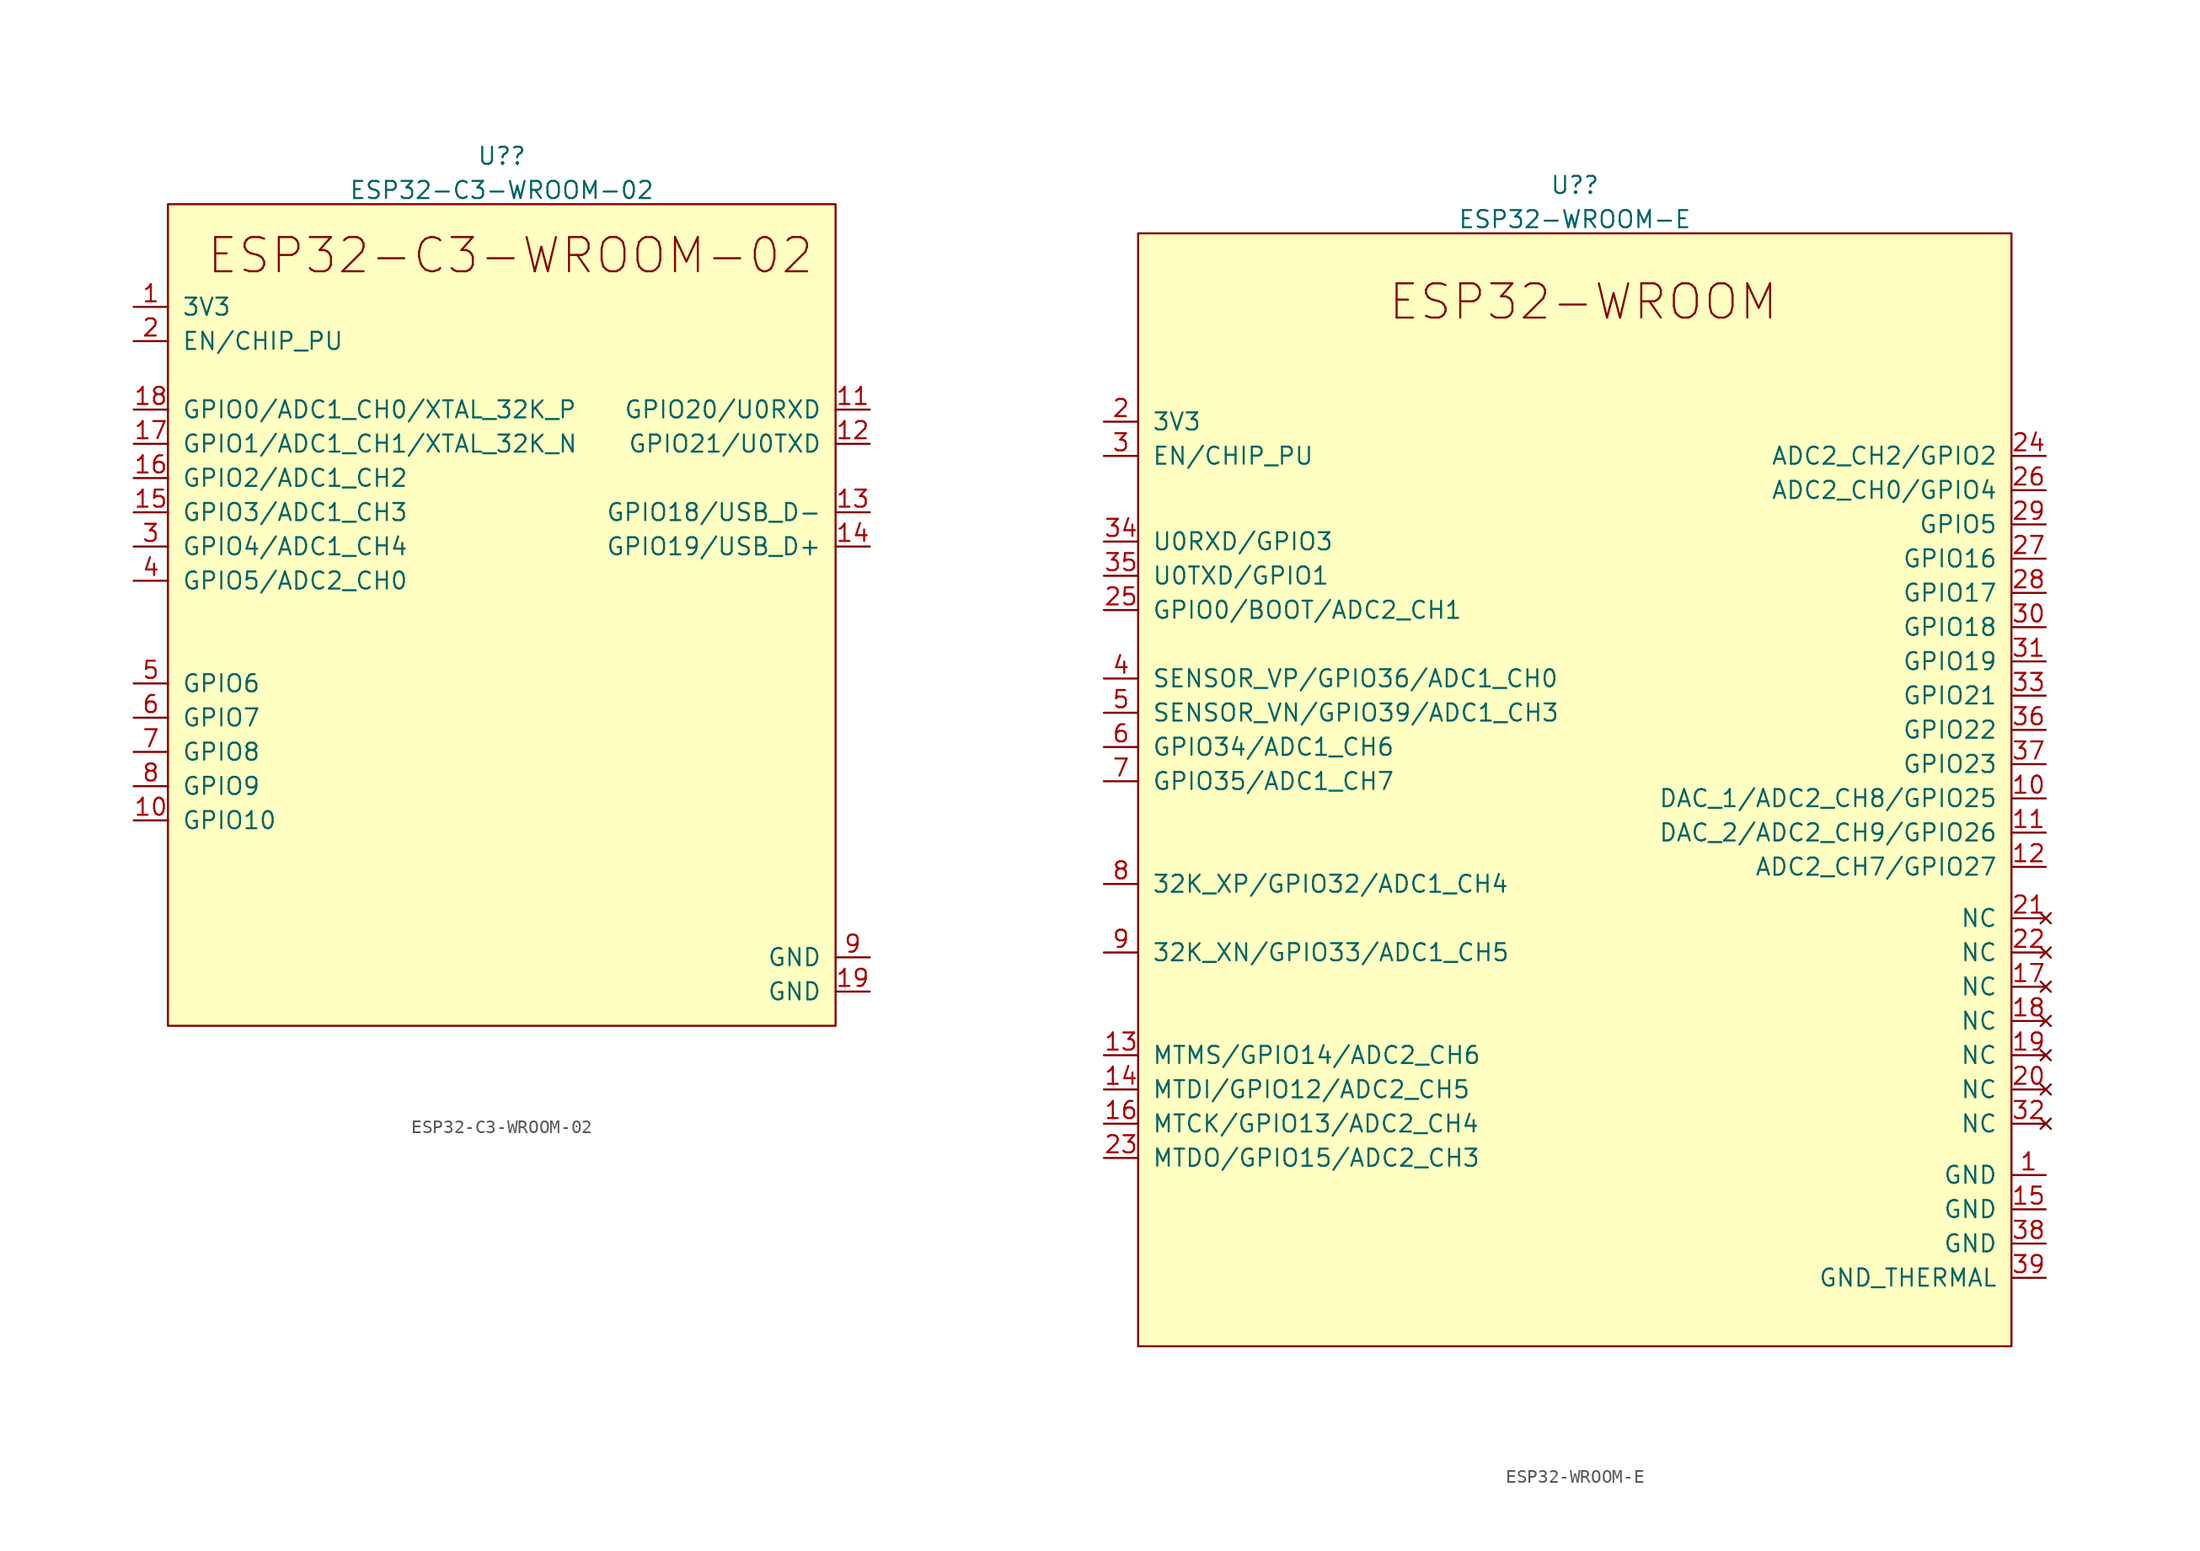
<source format=kicad_sym>
(kicad_symbol_lib
  (version 20211014)
  (generator kicad_symbol_editor)
  (symbol "ESP32-C3-WROOM-02"
    (pin_names
      (offset 1.016))
    (property "Reference" "U?"
      (at 0.635 35.323 0)
      (effects (font (size 1.27 1.27))))
    (property "Value" "ESP32-C3-WROOM-02"
      (at 0.635 32.786 0)
      (effects (font (size 1.27 1.27))))
    (symbol "ESP32-C3-WROOM-02_0_0"
      (text "ESP32-C3-WROOM-02" (at 1.27 27.94 0) (effects (font (size 2.54 2.54)))))
    (symbol "ESP32-C3-WROOM-02_0_1"
      (rectangle (start -24.13 31.75) (end 25.4 -29.21) (stroke (width 0) (type default) (color 0 0 0 0)) (fill (type background))))
    (symbol "ESP32-C3-WROOM-02_1_1"
      (pin power_in line (at -26.67 24.13 0) (length 2.54) (name "3V3" (effects (font (size 1.27 1.27)))) (number "1" (effects (font (size 1.27 1.27)))))
      (pin bidirectional line (at -26.67 -13.97 0) (length 2.54) (name "GPIO10" (effects (font (size 1.27 1.27)))) (number "10" (effects (font (size 1.27 1.27)))))
      (pin bidirectional line (at 27.94 16.51 180) (length 2.54) (name "GPIO20/U0RXD" (effects (font (size 1.27 1.27)))) (number "11" (effects (font (size 1.27 1.27)))))
      (pin bidirectional line (at 27.94 13.97 180) (length 2.54) (name "GPIO21/U0TXD" (effects (font (size 1.27 1.27)))) (number "12" (effects (font (size 1.27 1.27)))))
      (pin bidirectional line (at 27.94 8.89 180) (length 2.54) (name "GPIO18/USB_D-" (effects (font (size 1.27 1.27)))) (number "13" (effects (font (size 1.27 1.27)))))
      (pin bidirectional line (at 27.94 6.35 180) (length 2.54) (name "GPIO19/USB_D+" (effects (font (size 1.27 1.27)))) (number "14" (effects (font (size 1.27 1.27)))))
      (pin bidirectional line (at -26.67 8.89 0) (length 2.54) (name "GPIO3/ADC1_CH3" (effects (font (size 1.27 1.27)))) (number "15" (effects (font (size 1.27 1.27)))))
      (pin bidirectional line (at -26.67 11.43 0) (length 2.54) (name "GPIO2/ADC1_CH2" (effects (font (size 1.27 1.27)))) (number "16" (effects (font (size 1.27 1.27)))))
      (pin bidirectional line (at -26.67 13.97 0) (length 2.54) (name "GPIO1/ADC1_CH1/XTAL_32K_N" (effects (font (size 1.27 1.27)))) (number "17" (effects (font (size 1.27 1.27)))))
      (pin bidirectional line (at -26.67 16.51 0) (length 2.54) (name "GPIO0/ADC1_CH0/XTAL_32K_P" (effects (font (size 1.27 1.27)))) (number "18" (effects (font (size 1.27 1.27)))))
      (pin power_in line (at 27.94 -26.67 180) (length 2.54) (name "GND" (effects (font (size 1.27 1.27)))) (number "19" (effects (font (size 1.27 1.27)))))
      (pin input line (at -26.67 21.59 0) (length 2.54) (name "EN/CHIP_PU" (effects (font (size 1.27 1.27)))) (number "2" (effects (font (size 1.27 1.27)))))
      (pin bidirectional line (at -26.67 6.35 0) (length 2.54) (name "GPIO4/ADC1_CH4" (effects (font (size 1.27 1.27)))) (number "3" (effects (font (size 1.27 1.27)))))
      (pin bidirectional line (at -26.67 3.81 0) (length 2.54) (name "GPIO5/ADC2_CH0" (effects (font (size 1.27 1.27)))) (number "4" (effects (font (size 1.27 1.27)))))
      (pin bidirectional line (at -26.67 -3.81 0) (length 2.54) (name "GPIO6" (effects (font (size 1.27 1.27)))) (number "5" (effects (font (size 1.27 1.27)))))
      (pin bidirectional line (at -26.67 -6.35 0) (length 2.54) (name "GPIO7" (effects (font (size 1.27 1.27)))) (number "6" (effects (font (size 1.27 1.27)))))
      (pin bidirectional line (at -26.67 -8.89 0) (length 2.54) (name "GPIO8" (effects (font (size 1.27 1.27)))) (number "7" (effects (font (size 1.27 1.27)))))
      (pin bidirectional line (at -26.67 -11.43 0) (length 2.54) (name "GPIO9" (effects (font (size 1.27 1.27)))) (number "8" (effects (font (size 1.27 1.27)))))
      (pin power_in line (at 27.94 -24.13 180) (length 2.54) (name "GND" (effects (font (size 1.27 1.27)))) (number "9" (effects (font (size 1.27 1.27)))))))
  (symbol "ESP32-WROOM-E"
    (pin_names
      (offset 1.016))
    (property "Reference" "U?"
      (at 0.635 45.483 0)
      (effects (font (size 1.27 1.27))))
    (property "Value" "ESP32-WROOM-E"
      (at 0.635 42.946 0)
      (effects (font (size 1.27 1.27))))
    (symbol "ESP32-WROOM-E_0_1"
      (rectangle (start 33.02 41.91) (end -31.75 -40.64) (stroke (width 0) (type default) (color 0 0 0 0)) (fill (type background))))
    (symbol "ESP32-WROOM-E_1_1"
      (text "ESP32-­WROOM­" (at 1.27 36.83 0) (effects (font (size 2.54 2.54))))
      (pin power_in line (at 35.56 -27.94 180) (length 2.54) (name "GND" (effects (font (size 1.27 1.27)))) (number "1" (effects (font (size 1.27 1.27)))))
      (pin bidirectional line (at 35.56 0 180) (length 2.54) (name "DAC_1/ADC2_CH8/GPIO25" (effects (font (size 1.27 1.27)))) (number "10" (effects (font (size 1.27 1.27)))))
      (pin bidirectional line (at 35.56 -2.54 180) (length 2.54) (name "DAC_2/ADC2_CH9/GPIO26" (effects (font (size 1.27 1.27)))) (number "11" (effects (font (size 1.27 1.27)))))
      (pin bidirectional line (at 35.56 -5.08 180) (length 2.54) (name "ADC2_CH7/GPIO27" (effects (font (size 1.27 1.27)))) (number "12" (effects (font (size 1.27 1.27)))))
      (pin bidirectional line (at -34.29 -19.05 0) (length 2.54) (name "MTMS/GPIO14/ADC2_CH6" (effects (font (size 1.27 1.27)))) (number "13" (effects (font (size 1.27 1.27)))))
      (pin bidirectional line (at -34.29 -21.59 0) (length 2.54) (name "MTDI/GPIO12/ADC2_CH5" (effects (font (size 1.27 1.27)))) (number "14" (effects (font (size 1.27 1.27)))))
      (pin power_in line (at 35.56 -30.48 180) (length 2.54) (name "GND" (effects (font (size 1.27 1.27)))) (number "15" (effects (font (size 1.27 1.27)))))
      (pin bidirectional line (at -34.29 -24.13 0) (length 2.54) (name "MTCK/GPIO13/ADC2_CH4" (effects (font (size 1.27 1.27)))) (number "16" (effects (font (size 1.27 1.27)))))
      (pin no_connect line (at 35.56 -13.97 180) (length 2.54) (name "NC" (effects (font (size 1.27 1.27)))) (number "17" (effects (font (size 1.27 1.27)))))
      (pin no_connect line (at 35.56 -16.51 180) (length 2.54) (name "NC" (effects (font (size 1.27 1.27)))) (number "18" (effects (font (size 1.27 1.27)))))
      (pin no_connect line (at 35.56 -19.05 180) (length 2.54) (name "NC" (effects (font (size 1.27 1.27)))) (number "19" (effects (font (size 1.27 1.27)))))
      (pin power_in line (at -34.29 27.94 0) (length 2.54) (name "3V3" (effects (font (size 1.27 1.27)))) (number "2" (effects (font (size 1.27 1.27)))))
      (pin no_connect line (at 35.56 -21.59 180) (length 2.54) (name "NC" (effects (font (size 1.27 1.27)))) (number "20" (effects (font (size 1.27 1.27)))))
      (pin no_connect line (at 35.56 -8.89 180) (length 2.54) (name "NC" (effects (font (size 1.27 1.27)))) (number "21" (effects (font (size 1.27 1.27)))))
      (pin no_connect line (at 35.56 -11.43 180) (length 2.54) (name "NC" (effects (font (size 1.27 1.27)))) (number "22" (effects (font (size 1.27 1.27)))))
      (pin bidirectional line (at -34.29 -26.67 0) (length 2.54) (name "MTDO/GPIO15/ADC2_CH3" (effects (font (size 1.27 1.27)))) (number "23" (effects (font (size 1.27 1.27)))))
      (pin bidirectional line (at 35.56 25.4 180) (length 2.54) (name "ADC2_CH2/GPIO2" (effects (font (size 1.27 1.27)))) (number "24" (effects (font (size 1.27 1.27)))))
      (pin bidirectional line (at -34.29 13.97 0) (length 2.54) (name "GPIO0/BOOT/ADC2_CH1" (effects (font (size 1.27 1.27)))) (number "25" (effects (font (size 1.27 1.27)))))
      (pin bidirectional line (at 35.56 22.86 180) (length 2.54) (name "ADC2_CH0/GPIO4" (effects (font (size 1.27 1.27)))) (number "26" (effects (font (size 1.27 1.27)))))
      (pin bidirectional line (at 35.56 17.78 180) (length 2.54) (name "GPIO16" (effects (font (size 1.27 1.27)))) (number "27" (effects (font (size 1.27 1.27)))))
      (pin bidirectional line (at 35.56 15.24 180) (length 2.54) (name "GPIO17" (effects (font (size 1.27 1.27)))) (number "28" (effects (font (size 1.27 1.27)))))
      (pin bidirectional line (at 35.56 20.32 180) (length 2.54) (name "GPIO5" (effects (font (size 1.27 1.27)))) (number "29" (effects (font (size 1.27 1.27)))))
      (pin input line (at -34.29 25.4 0) (length 2.54) (name "EN/CHIP_PU" (effects (font (size 1.27 1.27)))) (number "3" (effects (font (size 1.27 1.27)))))
      (pin bidirectional line (at 35.56 12.7 180) (length 2.54) (name "GPIO18" (effects (font (size 1.27 1.27)))) (number "30" (effects (font (size 1.27 1.27)))))
      (pin bidirectional line (at 35.56 10.16 180) (length 2.54) (name "GPIO19" (effects (font (size 1.27 1.27)))) (number "31" (effects (font (size 1.27 1.27)))))
      (pin no_connect line (at 35.56 -24.13 180) (length 2.54) (name "NC" (effects (font (size 1.27 1.27)))) (number "32" (effects (font (size 1.27 1.27)))))
      (pin bidirectional line (at 35.56 7.62 180) (length 2.54) (name "GPIO21" (effects (font (size 1.27 1.27)))) (number "33" (effects (font (size 1.27 1.27)))))
      (pin bidirectional line (at -34.29 19.05 0) (length 2.54) (name "U0RXD/GPIO3" (effects (font (size 1.27 1.27)))) (number "34" (effects (font (size 1.27 1.27)))))
      (pin bidirectional line (at -34.29 16.51 0) (length 2.54) (name "U0TXD/GPIO1" (effects (font (size 1.27 1.27)))) (number "35" (effects (font (size 1.27 1.27)))))
      (pin bidirectional line (at 35.56 5.08 180) (length 2.54) (name "GPIO22" (effects (font (size 1.27 1.27)))) (number "36" (effects (font (size 1.27 1.27)))))
      (pin bidirectional line (at 35.56 2.54 180) (length 2.54) (name "GPIO23" (effects (font (size 1.27 1.27)))) (number "37" (effects (font (size 1.27 1.27)))))
      (pin power_in line (at 35.56 -33.02 180) (length 2.54) (name "GND" (effects (font (size 1.27 1.27)))) (number "38" (effects (font (size 1.27 1.27)))))
      (pin power_in line (at 35.56 -35.56 180) (length 2.54) (name "GND_THERMAL" (effects (font (size 1.27 1.27)))) (number "39" (effects (font (size 1.27 1.27)))))
      (pin input line (at -34.29 8.89 0) (length 2.54) (name "SENSOR_VP/GPIO36/ADC1_CH0" (effects (font (size 1.27 1.27)))) (number "4" (effects (font (size 1.27 1.27)))))
      (pin input line (at -34.29 6.35 0) (length 2.54) (name "SENSOR_VN/GPIO39/ADC1_CH3" (effects (font (size 1.27 1.27)))) (number "5" (effects (font (size 1.27 1.27)))))
      (pin input line (at -34.29 3.81 0) (length 2.54) (name "GPIO34/ADC1_CH6" (effects (font (size 1.27 1.27)))) (number "6" (effects (font (size 1.27 1.27)))))
      (pin input line (at -34.29 1.27 0) (length 2.54) (name "GPIO35/ADC1_CH7" (effects (font (size 1.27 1.27)))) (number "7" (effects (font (size 1.27 1.27)))))
      (pin bidirectional line (at -34.29 -6.35 0) (length 2.54) (name "32K_XP/GPIO32/ADC1_CH4" (effects (font (size 1.27 1.27)))) (number "8" (effects (font (size 1.27 1.27)))))
      (pin bidirectional line (at -34.29 -11.43 0) (length 2.54) (name "32K_XN/GPIO33/ADC1_CH5" (effects (font (size 1.27 1.27)))) (number "9" (effects (font (size 1.27 1.27))))))))
</source>
